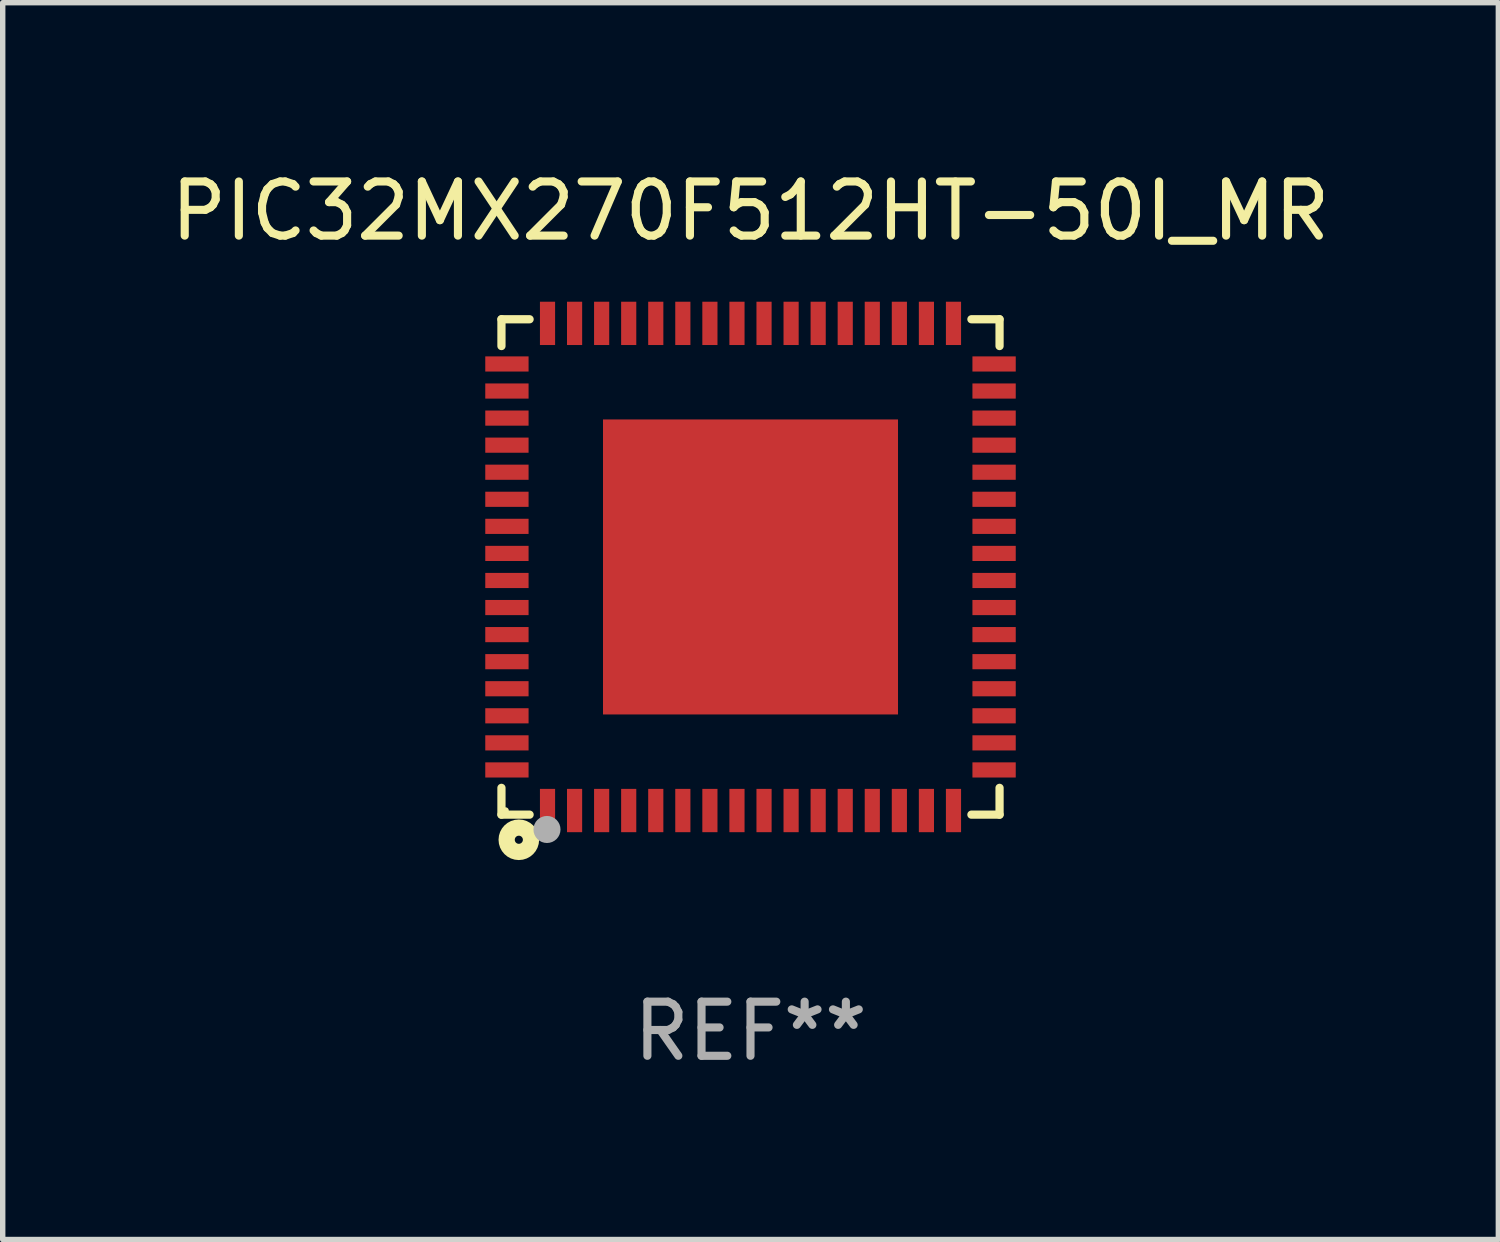
<source format=kicad_pcb>
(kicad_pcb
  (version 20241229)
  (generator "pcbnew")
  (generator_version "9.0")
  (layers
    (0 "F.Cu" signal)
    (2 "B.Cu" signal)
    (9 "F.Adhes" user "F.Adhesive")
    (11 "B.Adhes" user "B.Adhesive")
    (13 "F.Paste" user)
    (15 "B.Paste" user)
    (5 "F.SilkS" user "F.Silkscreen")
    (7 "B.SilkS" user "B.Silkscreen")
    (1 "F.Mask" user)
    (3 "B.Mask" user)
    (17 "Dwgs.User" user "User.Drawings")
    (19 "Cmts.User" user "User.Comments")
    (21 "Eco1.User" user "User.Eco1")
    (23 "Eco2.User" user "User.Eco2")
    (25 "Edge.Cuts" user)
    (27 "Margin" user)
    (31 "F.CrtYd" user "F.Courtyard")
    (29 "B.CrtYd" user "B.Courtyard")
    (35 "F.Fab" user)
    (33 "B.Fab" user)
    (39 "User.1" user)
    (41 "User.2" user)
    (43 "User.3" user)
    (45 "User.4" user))
  (footprint "PIC32MX270F512HT-50I_MR"
    (layer "F.Cu")
    (at 10.815 7.424)
    (property "Reference" "PIC32MX270F512HT-50I_MR" (at 0 -6.576 0) (layer "F.SilkS") (effects (font (size 1 1) (thickness 0.15))))
    (attr through_hole)
    (fp_line (start -4.601 -4.576) (end -4.081 -4.576) (stroke (width 0.152) (type solid)) (layer "F.SilkS"))
    (fp_line (start -4.601 -4.081) (end -4.601 -4.576) (stroke (width 0.152) (type solid)) (layer "F.SilkS"))
    (fp_line (start -4.601 4.081) (end -4.601 4.576) (stroke (width 0.152) (type solid)) (layer "F.SilkS"))
    (fp_line (start -4.601 4.576) (end -4.081 4.576) (stroke (width 0.152) (type solid)) (layer "F.SilkS"))
    (fp_line (start 4.601 -4.576) (end 4.081 -4.576) (stroke (width 0.152) (type solid)) (layer "F.SilkS"))
    (fp_line (start 4.601 -4.081) (end 4.601 -4.576) (stroke (width 0.152) (type solid)) (layer "F.SilkS"))
    (fp_line (start 4.601 4.081) (end 4.601 4.576) (stroke (width 0.152) (type solid)) (layer "F.SilkS"))
    (fp_line (start 4.601 4.576) (end 4.081 4.576) (stroke (width 0.152) (type solid)) (layer "F.SilkS"))
    (fp_circle (center -4.525 4.5) (end -4.495 4.5) (stroke (width 0.06) (type solid)) (fill no) (layer "F.SilkS"))
    (fp_circle (center -4.28 5.04) (end -4.205 5.04) (stroke (width 0.3) (type solid)) (fill no) (layer "F.SilkS"))
    (fp_circle (center -3.76 4.85) (end -3.635 4.85) (stroke (width 0.25) (type solid)) (fill no) (layer "F.Fab"))
    (fp_text user "REF**" (at 0 8.576 0) (layer "F.Fab") (effects (font (size 1 1) (thickness 0.15))))
    (pad "1" smd rect (at -3.75 4.5) (size 0.28 0.8) (layers "F.Cu" "F.Mask" "F.Paste"))
    (pad "2" smd rect (at -3.25 4.5) (size 0.28 0.8) (layers "F.Cu" "F.Mask" "F.Paste"))
    (pad "3" smd rect (at -2.75 4.5) (size 0.28 0.8) (layers "F.Cu" "F.Mask" "F.Paste"))
    (pad "4" smd rect (at -2.25 4.5) (size 0.28 0.8) (layers "F.Cu" "F.Mask" "F.Paste"))
    (pad "5" smd rect (at -1.75 4.5) (size 0.28 0.8) (layers "F.Cu" "F.Mask" "F.Paste"))
    (pad "6" smd rect (at -1.25 4.5) (size 0.28 0.8) (layers "F.Cu" "F.Mask" "F.Paste"))
    (pad "7" smd rect (at -0.75 4.5) (size 0.28 0.8) (layers "F.Cu" "F.Mask" "F.Paste"))
    (pad "8" smd rect (at -0.25 4.5) (size 0.28 0.8) (layers "F.Cu" "F.Mask" "F.Paste"))
    (pad "9" smd rect (at 0.25 4.5) (size 0.28 0.8) (layers "F.Cu" "F.Mask" "F.Paste"))
    (pad "10" smd rect (at 0.75 4.5) (size 0.28 0.8) (layers "F.Cu" "F.Mask" "F.Paste"))
    (pad "11" smd rect (at 1.25 4.5) (size 0.28 0.8) (layers "F.Cu" "F.Mask" "F.Paste"))
    (pad "12" smd rect (at 1.75 4.5) (size 0.28 0.8) (layers "F.Cu" "F.Mask" "F.Paste"))
    (pad "13" smd rect (at 2.25 4.5) (size 0.28 0.8) (layers "F.Cu" "F.Mask" "F.Paste"))
    (pad "14" smd rect (at 2.75 4.5) (size 0.28 0.8) (layers "F.Cu" "F.Mask" "F.Paste"))
    (pad "15" smd rect (at 3.25 4.5) (size 0.28 0.8) (layers "F.Cu" "F.Mask" "F.Paste"))
    (pad "16" smd rect (at 3.75 4.5) (size 0.28 0.8) (layers "F.Cu" "F.Mask" "F.Paste"))
    (pad "17" smd rect (at 4.5 3.75) (size 0.8 0.28) (layers "F.Cu" "F.Mask" "F.Paste"))
    (pad "18" smd rect (at 4.5 3.25) (size 0.8 0.28) (layers "F.Cu" "F.Mask" "F.Paste"))
    (pad "19" smd rect (at 4.5 2.75) (size 0.8 0.28) (layers "F.Cu" "F.Mask" "F.Paste"))
    (pad "20" smd rect (at 4.5 2.25) (size 0.8 0.28) (layers "F.Cu" "F.Mask" "F.Paste"))
    (pad "21" smd rect (at 4.5 1.75) (size 0.8 0.28) (layers "F.Cu" "F.Mask" "F.Paste"))
    (pad "22" smd rect (at 4.5 1.25) (size 0.8 0.28) (layers "F.Cu" "F.Mask" "F.Paste"))
    (pad "23" smd rect (at 4.5 0.75) (size 0.8 0.28) (layers "F.Cu" "F.Mask" "F.Paste"))
    (pad "24" smd rect (at 4.5 0.25) (size 0.8 0.28) (layers "F.Cu" "F.Mask" "F.Paste"))
    (pad "25" smd rect (at 4.5 -0.25) (size 0.8 0.28) (layers "F.Cu" "F.Mask" "F.Paste"))
    (pad "26" smd rect (at 4.5 -0.75) (size 0.8 0.28) (layers "F.Cu" "F.Mask" "F.Paste"))
    (pad "27" smd rect (at 4.5 -1.25) (size 0.8 0.28) (layers "F.Cu" "F.Mask" "F.Paste"))
    (pad "28" smd rect (at 4.5 -1.75) (size 0.8 0.28) (layers "F.Cu" "F.Mask" "F.Paste"))
    (pad "29" smd rect (at 4.5 -2.25) (size 0.8 0.28) (layers "F.Cu" "F.Mask" "F.Paste"))
    (pad "30" smd rect (at 4.5 -2.75) (size 0.8 0.28) (layers "F.Cu" "F.Mask" "F.Paste"))
    (pad "31" smd rect (at 4.5 -3.25) (size 0.8 0.28) (layers "F.Cu" "F.Mask" "F.Paste"))
    (pad "32" smd rect (at 4.5 -3.75) (size 0.8 0.28) (layers "F.Cu" "F.Mask" "F.Paste"))
    (pad "33" smd rect (at 3.75 -4.5) (size 0.28 0.8) (layers "F.Cu" "F.Mask" "F.Paste"))
    (pad "34" smd rect (at 3.25 -4.5) (size 0.28 0.8) (layers "F.Cu" "F.Mask" "F.Paste"))
    (pad "35" smd rect (at 2.75 -4.5) (size 0.28 0.8) (layers "F.Cu" "F.Mask" "F.Paste"))
    (pad "36" smd rect (at 2.25 -4.5) (size 0.28 0.8) (layers "F.Cu" "F.Mask" "F.Paste"))
    (pad "37" smd rect (at 1.75 -4.5) (size 0.28 0.8) (layers "F.Cu" "F.Mask" "F.Paste"))
    (pad "38" smd rect (at 1.25 -4.5) (size 0.28 0.8) (layers "F.Cu" "F.Mask" "F.Paste"))
    (pad "39" smd rect (at 0.75 -4.5) (size 0.28 0.8) (layers "F.Cu" "F.Mask" "F.Paste"))
    (pad "40" smd rect (at 0.25 -4.5) (size 0.28 0.8) (layers "F.Cu" "F.Mask" "F.Paste"))
    (pad "41" smd rect (at -0.25 -4.5) (size 0.28 0.8) (layers "F.Cu" "F.Mask" "F.Paste"))
    (pad "42" smd rect (at -0.75 -4.5) (size 0.28 0.8) (layers "F.Cu" "F.Mask" "F.Paste"))
    (pad "43" smd rect (at -1.25 -4.5) (size 0.28 0.8) (layers "F.Cu" "F.Mask" "F.Paste"))
    (pad "44" smd rect (at -1.75 -4.5) (size 0.28 0.8) (layers "F.Cu" "F.Mask" "F.Paste"))
    (pad "45" smd rect (at -2.25 -4.5) (size 0.28 0.8) (layers "F.Cu" "F.Mask" "F.Paste"))
    (pad "46" smd rect (at -2.75 -4.5) (size 0.28 0.8) (layers "F.Cu" "F.Mask" "F.Paste"))
    (pad "47" smd rect (at -3.25 -4.5) (size 0.28 0.8) (layers "F.Cu" "F.Mask" "F.Paste"))
    (pad "48" smd rect (at -3.75 -4.5) (size 0.28 0.8) (layers "F.Cu" "F.Mask" "F.Paste"))
    (pad "49" smd rect (at -4.5 -3.75) (size 0.8 0.28) (layers "F.Cu" "F.Mask" "F.Paste"))
    (pad "50" smd rect (at -4.5 -3.25) (size 0.8 0.28) (layers "F.Cu" "F.Mask" "F.Paste"))
    (pad "51" smd rect (at -4.5 -2.75) (size 0.8 0.28) (layers "F.Cu" "F.Mask" "F.Paste"))
    (pad "52" smd rect (at -4.5 -2.25) (size 0.8 0.28) (layers "F.Cu" "F.Mask" "F.Paste"))
    (pad "53" smd rect (at -4.5 -1.75) (size 0.8 0.28) (layers "F.Cu" "F.Mask" "F.Paste"))
    (pad "54" smd rect (at -4.5 -1.25) (size 0.8 0.28) (layers "F.Cu" "F.Mask" "F.Paste"))
    (pad "55" smd rect (at -4.5 -0.75) (size 0.8 0.28) (layers "F.Cu" "F.Mask" "F.Paste"))
    (pad "56" smd rect (at -4.5 -0.25) (size 0.8 0.28) (layers "F.Cu" "F.Mask" "F.Paste"))
    (pad "57" smd rect (at -4.5 0.25) (size 0.8 0.28) (layers "F.Cu" "F.Mask" "F.Paste"))
    (pad "58" smd rect (at -4.5 0.75) (size 0.8 0.28) (layers "F.Cu" "F.Mask" "F.Paste"))
    (pad "59" smd rect (at -4.5 1.25) (size 0.8 0.28) (layers "F.Cu" "F.Mask" "F.Paste"))
    (pad "60" smd rect (at -4.5 1.75) (size 0.8 0.28) (layers "F.Cu" "F.Mask" "F.Paste"))
    (pad "61" smd rect (at -4.5 2.25) (size 0.8 0.28) (layers "F.Cu" "F.Mask" "F.Paste"))
    (pad "62" smd rect (at -4.5 2.75) (size 0.8 0.28) (layers "F.Cu" "F.Mask" "F.Paste"))
    (pad "63" smd rect (at -4.5 3.25) (size 0.8 0.28) (layers "F.Cu" "F.Mask" "F.Paste"))
    (pad "64" smd rect (at -4.5 3.75) (size 0.8 0.28) (layers "F.Cu" "F.Mask" "F.Paste"))
    (pad "65" smd rect (at 0 0) (size 5.45 5.45) (layers "F.Cu" "F.Mask" "F.Paste")))
  (gr_rect
    (start -3 -3)
    (end 24.631 19.849)
    (stroke (width 0.1) (type default))
    (fill no)
    (layer "Edge.Cuts")))
</source>
